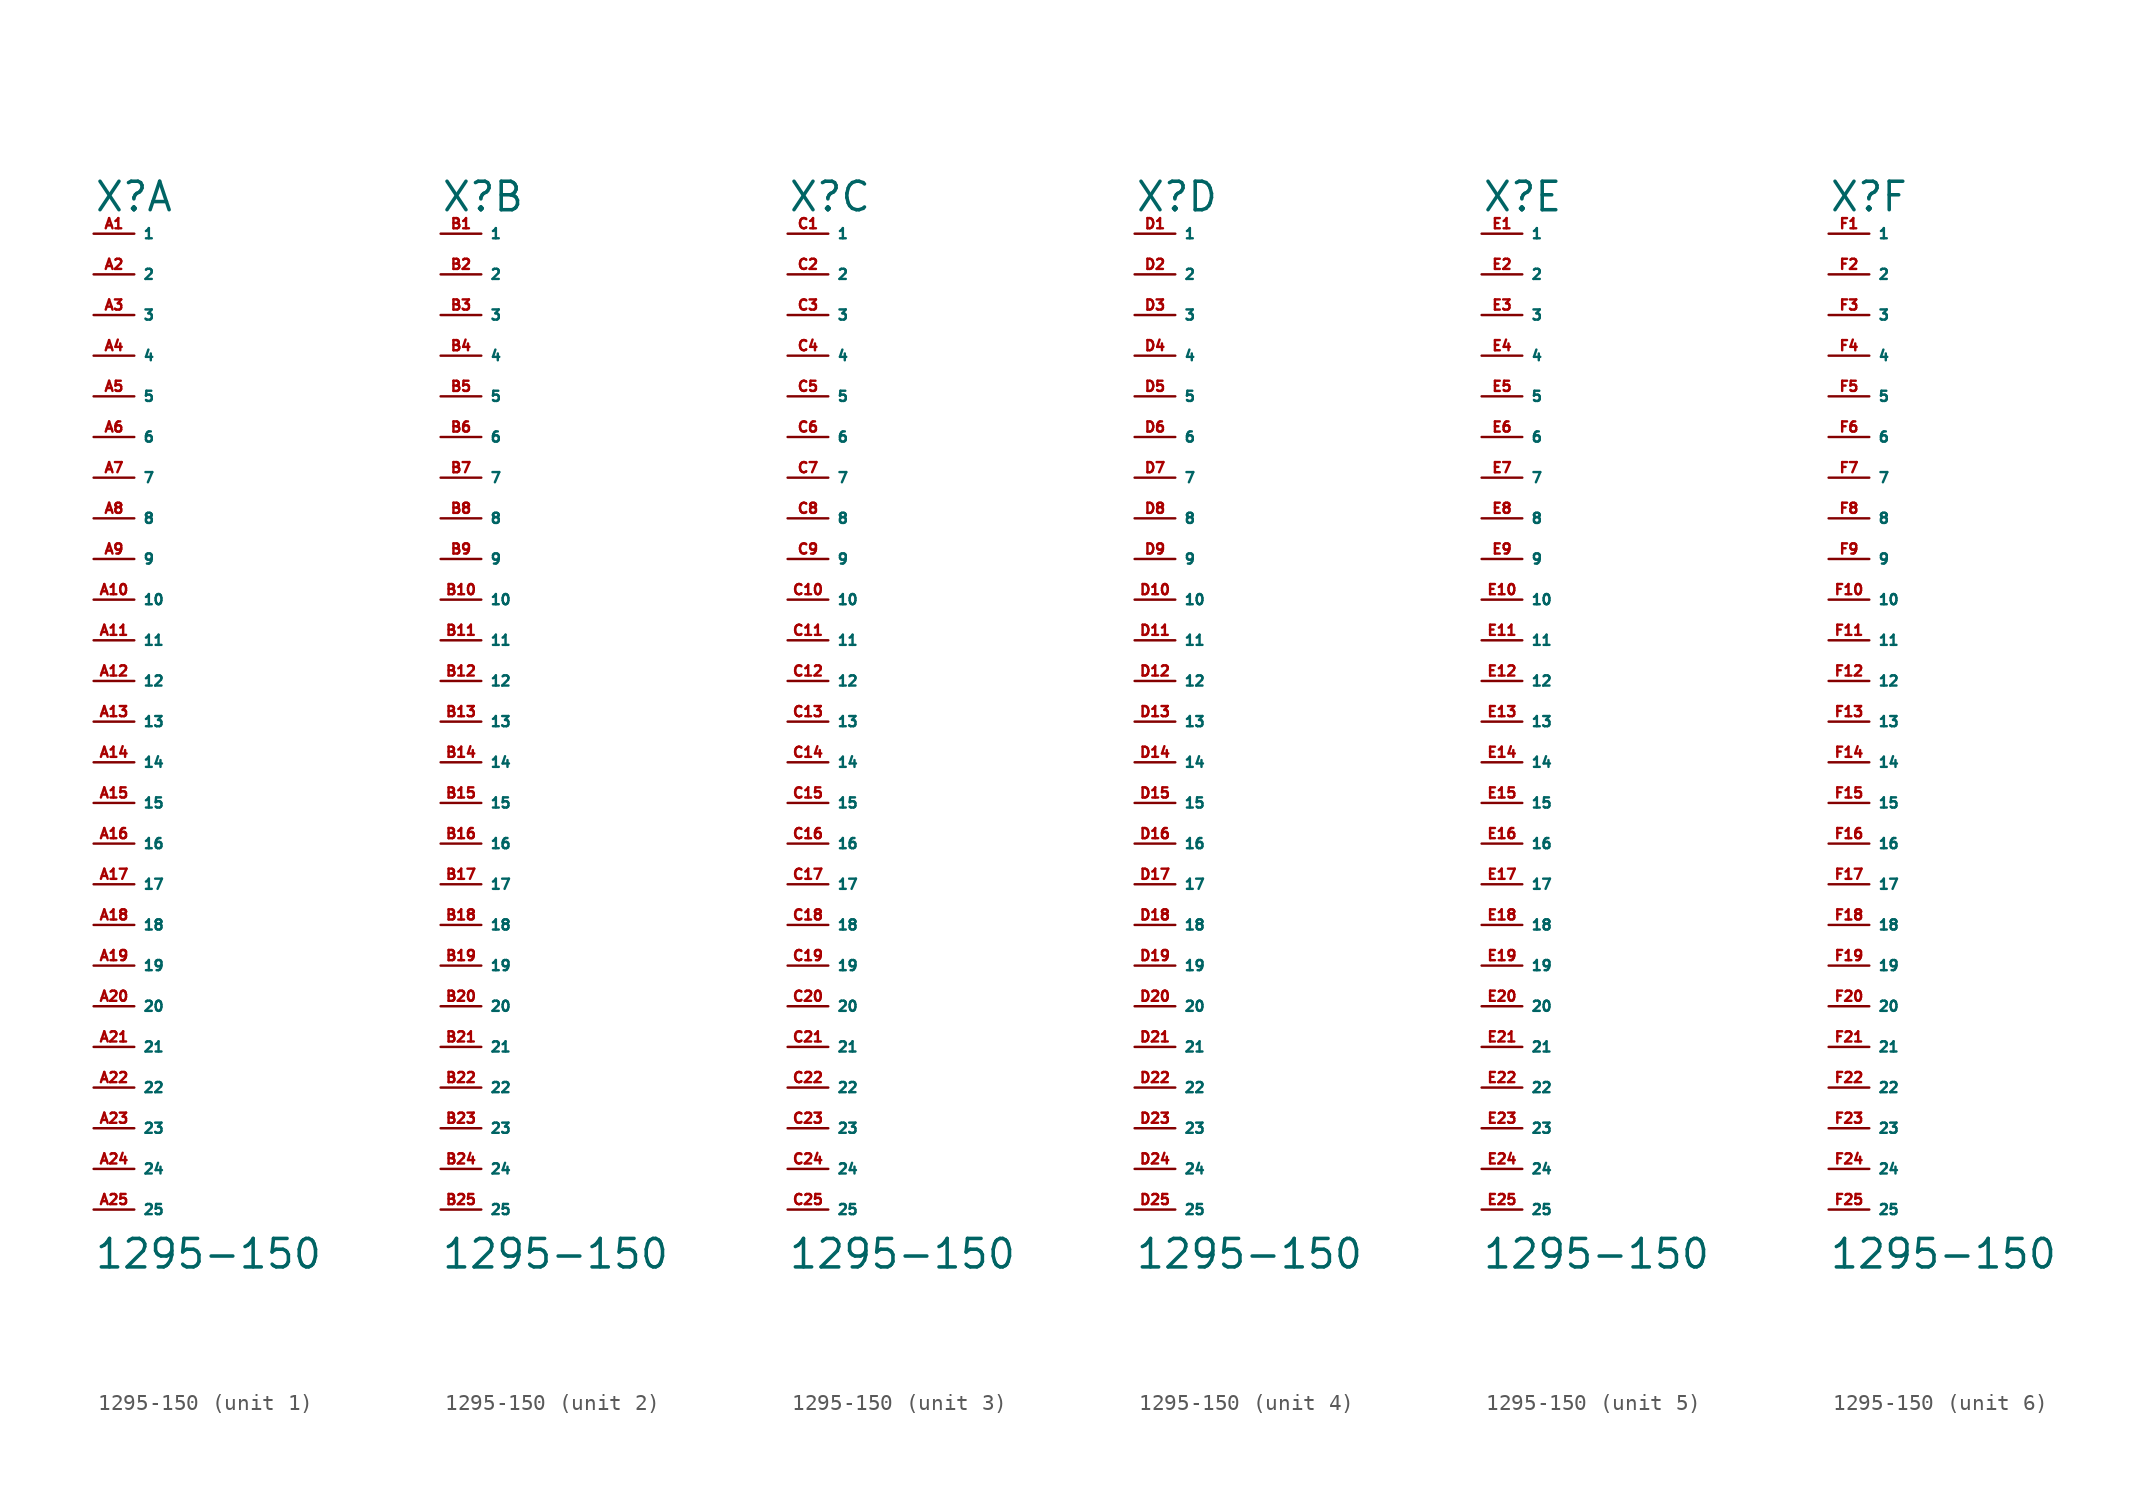
<source format=kicad_sym>
(kicad_symbol_lib
  (version 20220914)
  (generator Eagle2Kicad)
  (symbol "1295-150"
    (property "Reference" "X"
      (at -2.54 29.21 0)
      (effects (font (size 1.778 1.778) (thickness 0.22)) (justify left bottom)))
    (property "Value" "1295-150"
      (at -2.54 -36.83 0)
      (effects (font (size 1.778 1.778) (thickness 0.22)) (justify left bottom)))
    (symbol "1295-150_1_0"
      (pin passive line (at -2.54 27.94 0) (length 2.54) (name "1" (effects (font (size 0.635 0.635) (thickness 0.08)) (justify left bottom))) (number "A1" (effects (font (size 0.635 0.635) (thickness 0.08)) (justify left bottom))))
      (pin passive line (at -2.54 25.4 0) (length 2.54) (name "2" (effects (font (size 0.635 0.635) (thickness 0.08)) (justify left bottom))) (number "A2" (effects (font (size 0.635 0.635) (thickness 0.08)) (justify left bottom))))
      (pin passive line (at -2.54 22.86 0) (length 2.54) (name "3" (effects (font (size 0.635 0.635) (thickness 0.08)) (justify left bottom))) (number "A3" (effects (font (size 0.635 0.635) (thickness 0.08)) (justify left bottom))))
      (pin passive line (at -2.54 20.32 0) (length 2.54) (name "4" (effects (font (size 0.635 0.635) (thickness 0.08)) (justify left bottom))) (number "A4" (effects (font (size 0.635 0.635) (thickness 0.08)) (justify left bottom))))
      (pin passive line (at -2.54 17.78 0) (length 2.54) (name "5" (effects (font (size 0.635 0.635) (thickness 0.08)) (justify left bottom))) (number "A5" (effects (font (size 0.635 0.635) (thickness 0.08)) (justify left bottom))))
      (pin passive line (at -2.54 15.24 0) (length 2.54) (name "6" (effects (font (size 0.635 0.635) (thickness 0.08)) (justify left bottom))) (number "A6" (effects (font (size 0.635 0.635) (thickness 0.08)) (justify left bottom))))
      (pin passive line (at -2.54 12.7 0) (length 2.54) (name "7" (effects (font (size 0.635 0.635) (thickness 0.08)) (justify left bottom))) (number "A7" (effects (font (size 0.635 0.635) (thickness 0.08)) (justify left bottom))))
      (pin passive line (at -2.54 10.16 0) (length 2.54) (name "8" (effects (font (size 0.635 0.635) (thickness 0.08)) (justify left bottom))) (number "A8" (effects (font (size 0.635 0.635) (thickness 0.08)) (justify left bottom))))
      (pin passive line (at -2.54 7.62 0) (length 2.54) (name "9" (effects (font (size 0.635 0.635) (thickness 0.08)) (justify left bottom))) (number "A9" (effects (font (size 0.635 0.635) (thickness 0.08)) (justify left bottom))))
      (pin passive line (at -2.54 5.08 0) (length 2.54) (name "10" (effects (font (size 0.635 0.635) (thickness 0.08)) (justify left bottom))) (number "A10" (effects (font (size 0.635 0.635) (thickness 0.08)) (justify left bottom))))
      (pin passive line (at -2.54 2.54 0) (length 2.54) (name "11" (effects (font (size 0.635 0.635) (thickness 0.08)) (justify left bottom))) (number "A11" (effects (font (size 0.635 0.635) (thickness 0.08)) (justify left bottom))))
      (pin passive line (at -2.54 0 0) (length 2.54) (name "12" (effects (font (size 0.635 0.635) (thickness 0.08)) (justify left bottom))) (number "A12" (effects (font (size 0.635 0.635) (thickness 0.08)) (justify left bottom))))
      (pin passive line (at -2.54 -2.54 0) (length 2.54) (name "13" (effects (font (size 0.635 0.635) (thickness 0.08)) (justify left bottom))) (number "A13" (effects (font (size 0.635 0.635) (thickness 0.08)) (justify left bottom))))
      (pin passive line (at -2.54 -5.08 0) (length 2.54) (name "14" (effects (font (size 0.635 0.635) (thickness 0.08)) (justify left bottom))) (number "A14" (effects (font (size 0.635 0.635) (thickness 0.08)) (justify left bottom))))
      (pin passive line (at -2.54 -7.62 0) (length 2.54) (name "15" (effects (font (size 0.635 0.635) (thickness 0.08)) (justify left bottom))) (number "A15" (effects (font (size 0.635 0.635) (thickness 0.08)) (justify left bottom))))
      (pin passive line (at -2.54 -10.16 0) (length 2.54) (name "16" (effects (font (size 0.635 0.635) (thickness 0.08)) (justify left bottom))) (number "A16" (effects (font (size 0.635 0.635) (thickness 0.08)) (justify left bottom))))
      (pin passive line (at -2.54 -12.7 0) (length 2.54) (name "17" (effects (font (size 0.635 0.635) (thickness 0.08)) (justify left bottom))) (number "A17" (effects (font (size 0.635 0.635) (thickness 0.08)) (justify left bottom))))
      (pin passive line (at -2.54 -15.24 0) (length 2.54) (name "18" (effects (font (size 0.635 0.635) (thickness 0.08)) (justify left bottom))) (number "A18" (effects (font (size 0.635 0.635) (thickness 0.08)) (justify left bottom))))
      (pin passive line (at -2.54 -17.78 0) (length 2.54) (name "19" (effects (font (size 0.635 0.635) (thickness 0.08)) (justify left bottom))) (number "A19" (effects (font (size 0.635 0.635) (thickness 0.08)) (justify left bottom))))
      (pin passive line (at -2.54 -20.32 0) (length 2.54) (name "20" (effects (font (size 0.635 0.635) (thickness 0.08)) (justify left bottom))) (number "A20" (effects (font (size 0.635 0.635) (thickness 0.08)) (justify left bottom))))
      (pin passive line (at -2.54 -22.86 0) (length 2.54) (name "21" (effects (font (size 0.635 0.635) (thickness 0.08)) (justify left bottom))) (number "A21" (effects (font (size 0.635 0.635) (thickness 0.08)) (justify left bottom))))
      (pin passive line (at -2.54 -25.4 0) (length 2.54) (name "22" (effects (font (size 0.635 0.635) (thickness 0.08)) (justify left bottom))) (number "A22" (effects (font (size 0.635 0.635) (thickness 0.08)) (justify left bottom))))
      (pin passive line (at -2.54 -27.94 0) (length 2.54) (name "23" (effects (font (size 0.635 0.635) (thickness 0.08)) (justify left bottom))) (number "A23" (effects (font (size 0.635 0.635) (thickness 0.08)) (justify left bottom))))
      (pin passive line (at -2.54 -30.48 0) (length 2.54) (name "24" (effects (font (size 0.635 0.635) (thickness 0.08)) (justify left bottom))) (number "A24" (effects (font (size 0.635 0.635) (thickness 0.08)) (justify left bottom))))
      (pin passive line (at -2.54 -33.02 0) (length 2.54) (name "25" (effects (font (size 0.635 0.635) (thickness 0.08)) (justify left bottom))) (number "A25" (effects (font (size 0.635 0.635) (thickness 0.08)) (justify left bottom)))))
    (symbol "1295-150_2_0"
      (pin passive line (at -2.54 27.94 0) (length 2.54) (name "1" (effects (font (size 0.635 0.635) (thickness 0.08)) (justify left bottom))) (number "B1" (effects (font (size 0.635 0.635) (thickness 0.08)) (justify left bottom))))
      (pin passive line (at -2.54 25.4 0) (length 2.54) (name "2" (effects (font (size 0.635 0.635) (thickness 0.08)) (justify left bottom))) (number "B2" (effects (font (size 0.635 0.635) (thickness 0.08)) (justify left bottom))))
      (pin passive line (at -2.54 22.86 0) (length 2.54) (name "3" (effects (font (size 0.635 0.635) (thickness 0.08)) (justify left bottom))) (number "B3" (effects (font (size 0.635 0.635) (thickness 0.08)) (justify left bottom))))
      (pin passive line (at -2.54 20.32 0) (length 2.54) (name "4" (effects (font (size 0.635 0.635) (thickness 0.08)) (justify left bottom))) (number "B4" (effects (font (size 0.635 0.635) (thickness 0.08)) (justify left bottom))))
      (pin passive line (at -2.54 17.78 0) (length 2.54) (name "5" (effects (font (size 0.635 0.635) (thickness 0.08)) (justify left bottom))) (number "B5" (effects (font (size 0.635 0.635) (thickness 0.08)) (justify left bottom))))
      (pin passive line (at -2.54 15.24 0) (length 2.54) (name "6" (effects (font (size 0.635 0.635) (thickness 0.08)) (justify left bottom))) (number "B6" (effects (font (size 0.635 0.635) (thickness 0.08)) (justify left bottom))))
      (pin passive line (at -2.54 12.7 0) (length 2.54) (name "7" (effects (font (size 0.635 0.635) (thickness 0.08)) (justify left bottom))) (number "B7" (effects (font (size 0.635 0.635) (thickness 0.08)) (justify left bottom))))
      (pin passive line (at -2.54 10.16 0) (length 2.54) (name "8" (effects (font (size 0.635 0.635) (thickness 0.08)) (justify left bottom))) (number "B8" (effects (font (size 0.635 0.635) (thickness 0.08)) (justify left bottom))))
      (pin passive line (at -2.54 7.62 0) (length 2.54) (name "9" (effects (font (size 0.635 0.635) (thickness 0.08)) (justify left bottom))) (number "B9" (effects (font (size 0.635 0.635) (thickness 0.08)) (justify left bottom))))
      (pin passive line (at -2.54 5.08 0) (length 2.54) (name "10" (effects (font (size 0.635 0.635) (thickness 0.08)) (justify left bottom))) (number "B10" (effects (font (size 0.635 0.635) (thickness 0.08)) (justify left bottom))))
      (pin passive line (at -2.54 2.54 0) (length 2.54) (name "11" (effects (font (size 0.635 0.635) (thickness 0.08)) (justify left bottom))) (number "B11" (effects (font (size 0.635 0.635) (thickness 0.08)) (justify left bottom))))
      (pin passive line (at -2.54 0 0) (length 2.54) (name "12" (effects (font (size 0.635 0.635) (thickness 0.08)) (justify left bottom))) (number "B12" (effects (font (size 0.635 0.635) (thickness 0.08)) (justify left bottom))))
      (pin passive line (at -2.54 -2.54 0) (length 2.54) (name "13" (effects (font (size 0.635 0.635) (thickness 0.08)) (justify left bottom))) (number "B13" (effects (font (size 0.635 0.635) (thickness 0.08)) (justify left bottom))))
      (pin passive line (at -2.54 -5.08 0) (length 2.54) (name "14" (effects (font (size 0.635 0.635) (thickness 0.08)) (justify left bottom))) (number "B14" (effects (font (size 0.635 0.635) (thickness 0.08)) (justify left bottom))))
      (pin passive line (at -2.54 -7.62 0) (length 2.54) (name "15" (effects (font (size 0.635 0.635) (thickness 0.08)) (justify left bottom))) (number "B15" (effects (font (size 0.635 0.635) (thickness 0.08)) (justify left bottom))))
      (pin passive line (at -2.54 -10.16 0) (length 2.54) (name "16" (effects (font (size 0.635 0.635) (thickness 0.08)) (justify left bottom))) (number "B16" (effects (font (size 0.635 0.635) (thickness 0.08)) (justify left bottom))))
      (pin passive line (at -2.54 -12.7 0) (length 2.54) (name "17" (effects (font (size 0.635 0.635) (thickness 0.08)) (justify left bottom))) (number "B17" (effects (font (size 0.635 0.635) (thickness 0.08)) (justify left bottom))))
      (pin passive line (at -2.54 -15.24 0) (length 2.54) (name "18" (effects (font (size 0.635 0.635) (thickness 0.08)) (justify left bottom))) (number "B18" (effects (font (size 0.635 0.635) (thickness 0.08)) (justify left bottom))))
      (pin passive line (at -2.54 -17.78 0) (length 2.54) (name "19" (effects (font (size 0.635 0.635) (thickness 0.08)) (justify left bottom))) (number "B19" (effects (font (size 0.635 0.635) (thickness 0.08)) (justify left bottom))))
      (pin passive line (at -2.54 -20.32 0) (length 2.54) (name "20" (effects (font (size 0.635 0.635) (thickness 0.08)) (justify left bottom))) (number "B20" (effects (font (size 0.635 0.635) (thickness 0.08)) (justify left bottom))))
      (pin passive line (at -2.54 -22.86 0) (length 2.54) (name "21" (effects (font (size 0.635 0.635) (thickness 0.08)) (justify left bottom))) (number "B21" (effects (font (size 0.635 0.635) (thickness 0.08)) (justify left bottom))))
      (pin passive line (at -2.54 -25.4 0) (length 2.54) (name "22" (effects (font (size 0.635 0.635) (thickness 0.08)) (justify left bottom))) (number "B22" (effects (font (size 0.635 0.635) (thickness 0.08)) (justify left bottom))))
      (pin passive line (at -2.54 -27.94 0) (length 2.54) (name "23" (effects (font (size 0.635 0.635) (thickness 0.08)) (justify left bottom))) (number "B23" (effects (font (size 0.635 0.635) (thickness 0.08)) (justify left bottom))))
      (pin passive line (at -2.54 -30.48 0) (length 2.54) (name "24" (effects (font (size 0.635 0.635) (thickness 0.08)) (justify left bottom))) (number "B24" (effects (font (size 0.635 0.635) (thickness 0.08)) (justify left bottom))))
      (pin passive line (at -2.54 -33.02 0) (length 2.54) (name "25" (effects (font (size 0.635 0.635) (thickness 0.08)) (justify left bottom))) (number "B25" (effects (font (size 0.635 0.635) (thickness 0.08)) (justify left bottom)))))
    (symbol "1295-150_3_0"
      (pin passive line (at -2.54 27.94 0) (length 2.54) (name "1" (effects (font (size 0.635 0.635) (thickness 0.08)) (justify left bottom))) (number "C1" (effects (font (size 0.635 0.635) (thickness 0.08)) (justify left bottom))))
      (pin passive line (at -2.54 25.4 0) (length 2.54) (name "2" (effects (font (size 0.635 0.635) (thickness 0.08)) (justify left bottom))) (number "C2" (effects (font (size 0.635 0.635) (thickness 0.08)) (justify left bottom))))
      (pin passive line (at -2.54 22.86 0) (length 2.54) (name "3" (effects (font (size 0.635 0.635) (thickness 0.08)) (justify left bottom))) (number "C3" (effects (font (size 0.635 0.635) (thickness 0.08)) (justify left bottom))))
      (pin passive line (at -2.54 20.32 0) (length 2.54) (name "4" (effects (font (size 0.635 0.635) (thickness 0.08)) (justify left bottom))) (number "C4" (effects (font (size 0.635 0.635) (thickness 0.08)) (justify left bottom))))
      (pin passive line (at -2.54 17.78 0) (length 2.54) (name "5" (effects (font (size 0.635 0.635) (thickness 0.08)) (justify left bottom))) (number "C5" (effects (font (size 0.635 0.635) (thickness 0.08)) (justify left bottom))))
      (pin passive line (at -2.54 15.24 0) (length 2.54) (name "6" (effects (font (size 0.635 0.635) (thickness 0.08)) (justify left bottom))) (number "C6" (effects (font (size 0.635 0.635) (thickness 0.08)) (justify left bottom))))
      (pin passive line (at -2.54 12.7 0) (length 2.54) (name "7" (effects (font (size 0.635 0.635) (thickness 0.08)) (justify left bottom))) (number "C7" (effects (font (size 0.635 0.635) (thickness 0.08)) (justify left bottom))))
      (pin passive line (at -2.54 10.16 0) (length 2.54) (name "8" (effects (font (size 0.635 0.635) (thickness 0.08)) (justify left bottom))) (number "C8" (effects (font (size 0.635 0.635) (thickness 0.08)) (justify left bottom))))
      (pin passive line (at -2.54 7.62 0) (length 2.54) (name "9" (effects (font (size 0.635 0.635) (thickness 0.08)) (justify left bottom))) (number "C9" (effects (font (size 0.635 0.635) (thickness 0.08)) (justify left bottom))))
      (pin passive line (at -2.54 5.08 0) (length 2.54) (name "10" (effects (font (size 0.635 0.635) (thickness 0.08)) (justify left bottom))) (number "C10" (effects (font (size 0.635 0.635) (thickness 0.08)) (justify left bottom))))
      (pin passive line (at -2.54 2.54 0) (length 2.54) (name "11" (effects (font (size 0.635 0.635) (thickness 0.08)) (justify left bottom))) (number "C11" (effects (font (size 0.635 0.635) (thickness 0.08)) (justify left bottom))))
      (pin passive line (at -2.54 0 0) (length 2.54) (name "12" (effects (font (size 0.635 0.635) (thickness 0.08)) (justify left bottom))) (number "C12" (effects (font (size 0.635 0.635) (thickness 0.08)) (justify left bottom))))
      (pin passive line (at -2.54 -2.54 0) (length 2.54) (name "13" (effects (font (size 0.635 0.635) (thickness 0.08)) (justify left bottom))) (number "C13" (effects (font (size 0.635 0.635) (thickness 0.08)) (justify left bottom))))
      (pin passive line (at -2.54 -5.08 0) (length 2.54) (name "14" (effects (font (size 0.635 0.635) (thickness 0.08)) (justify left bottom))) (number "C14" (effects (font (size 0.635 0.635) (thickness 0.08)) (justify left bottom))))
      (pin passive line (at -2.54 -7.62 0) (length 2.54) (name "15" (effects (font (size 0.635 0.635) (thickness 0.08)) (justify left bottom))) (number "C15" (effects (font (size 0.635 0.635) (thickness 0.08)) (justify left bottom))))
      (pin passive line (at -2.54 -10.16 0) (length 2.54) (name "16" (effects (font (size 0.635 0.635) (thickness 0.08)) (justify left bottom))) (number "C16" (effects (font (size 0.635 0.635) (thickness 0.08)) (justify left bottom))))
      (pin passive line (at -2.54 -12.7 0) (length 2.54) (name "17" (effects (font (size 0.635 0.635) (thickness 0.08)) (justify left bottom))) (number "C17" (effects (font (size 0.635 0.635) (thickness 0.08)) (justify left bottom))))
      (pin passive line (at -2.54 -15.24 0) (length 2.54) (name "18" (effects (font (size 0.635 0.635) (thickness 0.08)) (justify left bottom))) (number "C18" (effects (font (size 0.635 0.635) (thickness 0.08)) (justify left bottom))))
      (pin passive line (at -2.54 -17.78 0) (length 2.54) (name "19" (effects (font (size 0.635 0.635) (thickness 0.08)) (justify left bottom))) (number "C19" (effects (font (size 0.635 0.635) (thickness 0.08)) (justify left bottom))))
      (pin passive line (at -2.54 -20.32 0) (length 2.54) (name "20" (effects (font (size 0.635 0.635) (thickness 0.08)) (justify left bottom))) (number "C20" (effects (font (size 0.635 0.635) (thickness 0.08)) (justify left bottom))))
      (pin passive line (at -2.54 -22.86 0) (length 2.54) (name "21" (effects (font (size 0.635 0.635) (thickness 0.08)) (justify left bottom))) (number "C21" (effects (font (size 0.635 0.635) (thickness 0.08)) (justify left bottom))))
      (pin passive line (at -2.54 -25.4 0) (length 2.54) (name "22" (effects (font (size 0.635 0.635) (thickness 0.08)) (justify left bottom))) (number "C22" (effects (font (size 0.635 0.635) (thickness 0.08)) (justify left bottom))))
      (pin passive line (at -2.54 -27.94 0) (length 2.54) (name "23" (effects (font (size 0.635 0.635) (thickness 0.08)) (justify left bottom))) (number "C23" (effects (font (size 0.635 0.635) (thickness 0.08)) (justify left bottom))))
      (pin passive line (at -2.54 -30.48 0) (length 2.54) (name "24" (effects (font (size 0.635 0.635) (thickness 0.08)) (justify left bottom))) (number "C24" (effects (font (size 0.635 0.635) (thickness 0.08)) (justify left bottom))))
      (pin passive line (at -2.54 -33.02 0) (length 2.54) (name "25" (effects (font (size 0.635 0.635) (thickness 0.08)) (justify left bottom))) (number "C25" (effects (font (size 0.635 0.635) (thickness 0.08)) (justify left bottom)))))
    (symbol "1295-150_4_0"
      (pin passive line (at -2.54 27.94 0) (length 2.54) (name "1" (effects (font (size 0.635 0.635) (thickness 0.08)) (justify left bottom))) (number "D1" (effects (font (size 0.635 0.635) (thickness 0.08)) (justify left bottom))))
      (pin passive line (at -2.54 25.4 0) (length 2.54) (name "2" (effects (font (size 0.635 0.635) (thickness 0.08)) (justify left bottom))) (number "D2" (effects (font (size 0.635 0.635) (thickness 0.08)) (justify left bottom))))
      (pin passive line (at -2.54 22.86 0) (length 2.54) (name "3" (effects (font (size 0.635 0.635) (thickness 0.08)) (justify left bottom))) (number "D3" (effects (font (size 0.635 0.635) (thickness 0.08)) (justify left bottom))))
      (pin passive line (at -2.54 20.32 0) (length 2.54) (name "4" (effects (font (size 0.635 0.635) (thickness 0.08)) (justify left bottom))) (number "D4" (effects (font (size 0.635 0.635) (thickness 0.08)) (justify left bottom))))
      (pin passive line (at -2.54 17.78 0) (length 2.54) (name "5" (effects (font (size 0.635 0.635) (thickness 0.08)) (justify left bottom))) (number "D5" (effects (font (size 0.635 0.635) (thickness 0.08)) (justify left bottom))))
      (pin passive line (at -2.54 15.24 0) (length 2.54) (name "6" (effects (font (size 0.635 0.635) (thickness 0.08)) (justify left bottom))) (number "D6" (effects (font (size 0.635 0.635) (thickness 0.08)) (justify left bottom))))
      (pin passive line (at -2.54 12.7 0) (length 2.54) (name "7" (effects (font (size 0.635 0.635) (thickness 0.08)) (justify left bottom))) (number "D7" (effects (font (size 0.635 0.635) (thickness 0.08)) (justify left bottom))))
      (pin passive line (at -2.54 10.16 0) (length 2.54) (name "8" (effects (font (size 0.635 0.635) (thickness 0.08)) (justify left bottom))) (number "D8" (effects (font (size 0.635 0.635) (thickness 0.08)) (justify left bottom))))
      (pin passive line (at -2.54 7.62 0) (length 2.54) (name "9" (effects (font (size 0.635 0.635) (thickness 0.08)) (justify left bottom))) (number "D9" (effects (font (size 0.635 0.635) (thickness 0.08)) (justify left bottom))))
      (pin passive line (at -2.54 5.08 0) (length 2.54) (name "10" (effects (font (size 0.635 0.635) (thickness 0.08)) (justify left bottom))) (number "D10" (effects (font (size 0.635 0.635) (thickness 0.08)) (justify left bottom))))
      (pin passive line (at -2.54 2.54 0) (length 2.54) (name "11" (effects (font (size 0.635 0.635) (thickness 0.08)) (justify left bottom))) (number "D11" (effects (font (size 0.635 0.635) (thickness 0.08)) (justify left bottom))))
      (pin passive line (at -2.54 0 0) (length 2.54) (name "12" (effects (font (size 0.635 0.635) (thickness 0.08)) (justify left bottom))) (number "D12" (effects (font (size 0.635 0.635) (thickness 0.08)) (justify left bottom))))
      (pin passive line (at -2.54 -2.54 0) (length 2.54) (name "13" (effects (font (size 0.635 0.635) (thickness 0.08)) (justify left bottom))) (number "D13" (effects (font (size 0.635 0.635) (thickness 0.08)) (justify left bottom))))
      (pin passive line (at -2.54 -5.08 0) (length 2.54) (name "14" (effects (font (size 0.635 0.635) (thickness 0.08)) (justify left bottom))) (number "D14" (effects (font (size 0.635 0.635) (thickness 0.08)) (justify left bottom))))
      (pin passive line (at -2.54 -7.62 0) (length 2.54) (name "15" (effects (font (size 0.635 0.635) (thickness 0.08)) (justify left bottom))) (number "D15" (effects (font (size 0.635 0.635) (thickness 0.08)) (justify left bottom))))
      (pin passive line (at -2.54 -10.16 0) (length 2.54) (name "16" (effects (font (size 0.635 0.635) (thickness 0.08)) (justify left bottom))) (number "D16" (effects (font (size 0.635 0.635) (thickness 0.08)) (justify left bottom))))
      (pin passive line (at -2.54 -12.7 0) (length 2.54) (name "17" (effects (font (size 0.635 0.635) (thickness 0.08)) (justify left bottom))) (number "D17" (effects (font (size 0.635 0.635) (thickness 0.08)) (justify left bottom))))
      (pin passive line (at -2.54 -15.24 0) (length 2.54) (name "18" (effects (font (size 0.635 0.635) (thickness 0.08)) (justify left bottom))) (number "D18" (effects (font (size 0.635 0.635) (thickness 0.08)) (justify left bottom))))
      (pin passive line (at -2.54 -17.78 0) (length 2.54) (name "19" (effects (font (size 0.635 0.635) (thickness 0.08)) (justify left bottom))) (number "D19" (effects (font (size 0.635 0.635) (thickness 0.08)) (justify left bottom))))
      (pin passive line (at -2.54 -20.32 0) (length 2.54) (name "20" (effects (font (size 0.635 0.635) (thickness 0.08)) (justify left bottom))) (number "D20" (effects (font (size 0.635 0.635) (thickness 0.08)) (justify left bottom))))
      (pin passive line (at -2.54 -22.86 0) (length 2.54) (name "21" (effects (font (size 0.635 0.635) (thickness 0.08)) (justify left bottom))) (number "D21" (effects (font (size 0.635 0.635) (thickness 0.08)) (justify left bottom))))
      (pin passive line (at -2.54 -25.4 0) (length 2.54) (name "22" (effects (font (size 0.635 0.635) (thickness 0.08)) (justify left bottom))) (number "D22" (effects (font (size 0.635 0.635) (thickness 0.08)) (justify left bottom))))
      (pin passive line (at -2.54 -27.94 0) (length 2.54) (name "23" (effects (font (size 0.635 0.635) (thickness 0.08)) (justify left bottom))) (number "D23" (effects (font (size 0.635 0.635) (thickness 0.08)) (justify left bottom))))
      (pin passive line (at -2.54 -30.48 0) (length 2.54) (name "24" (effects (font (size 0.635 0.635) (thickness 0.08)) (justify left bottom))) (number "D24" (effects (font (size 0.635 0.635) (thickness 0.08)) (justify left bottom))))
      (pin passive line (at -2.54 -33.02 0) (length 2.54) (name "25" (effects (font (size 0.635 0.635) (thickness 0.08)) (justify left bottom))) (number "D25" (effects (font (size 0.635 0.635) (thickness 0.08)) (justify left bottom)))))
    (symbol "1295-150_5_0"
      (pin passive line (at -2.54 27.94 0) (length 2.54) (name "1" (effects (font (size 0.635 0.635) (thickness 0.08)) (justify left bottom))) (number "E1" (effects (font (size 0.635 0.635) (thickness 0.08)) (justify left bottom))))
      (pin passive line (at -2.54 25.4 0) (length 2.54) (name "2" (effects (font (size 0.635 0.635) (thickness 0.08)) (justify left bottom))) (number "E2" (effects (font (size 0.635 0.635) (thickness 0.08)) (justify left bottom))))
      (pin passive line (at -2.54 22.86 0) (length 2.54) (name "3" (effects (font (size 0.635 0.635) (thickness 0.08)) (justify left bottom))) (number "E3" (effects (font (size 0.635 0.635) (thickness 0.08)) (justify left bottom))))
      (pin passive line (at -2.54 20.32 0) (length 2.54) (name "4" (effects (font (size 0.635 0.635) (thickness 0.08)) (justify left bottom))) (number "E4" (effects (font (size 0.635 0.635) (thickness 0.08)) (justify left bottom))))
      (pin passive line (at -2.54 17.78 0) (length 2.54) (name "5" (effects (font (size 0.635 0.635) (thickness 0.08)) (justify left bottom))) (number "E5" (effects (font (size 0.635 0.635) (thickness 0.08)) (justify left bottom))))
      (pin passive line (at -2.54 15.24 0) (length 2.54) (name "6" (effects (font (size 0.635 0.635) (thickness 0.08)) (justify left bottom))) (number "E6" (effects (font (size 0.635 0.635) (thickness 0.08)) (justify left bottom))))
      (pin passive line (at -2.54 12.7 0) (length 2.54) (name "7" (effects (font (size 0.635 0.635) (thickness 0.08)) (justify left bottom))) (number "E7" (effects (font (size 0.635 0.635) (thickness 0.08)) (justify left bottom))))
      (pin passive line (at -2.54 10.16 0) (length 2.54) (name "8" (effects (font (size 0.635 0.635) (thickness 0.08)) (justify left bottom))) (number "E8" (effects (font (size 0.635 0.635) (thickness 0.08)) (justify left bottom))))
      (pin passive line (at -2.54 7.62 0) (length 2.54) (name "9" (effects (font (size 0.635 0.635) (thickness 0.08)) (justify left bottom))) (number "E9" (effects (font (size 0.635 0.635) (thickness 0.08)) (justify left bottom))))
      (pin passive line (at -2.54 5.08 0) (length 2.54) (name "10" (effects (font (size 0.635 0.635) (thickness 0.08)) (justify left bottom))) (number "E10" (effects (font (size 0.635 0.635) (thickness 0.08)) (justify left bottom))))
      (pin passive line (at -2.54 2.54 0) (length 2.54) (name "11" (effects (font (size 0.635 0.635) (thickness 0.08)) (justify left bottom))) (number "E11" (effects (font (size 0.635 0.635) (thickness 0.08)) (justify left bottom))))
      (pin passive line (at -2.54 0 0) (length 2.54) (name "12" (effects (font (size 0.635 0.635) (thickness 0.08)) (justify left bottom))) (number "E12" (effects (font (size 0.635 0.635) (thickness 0.08)) (justify left bottom))))
      (pin passive line (at -2.54 -2.54 0) (length 2.54) (name "13" (effects (font (size 0.635 0.635) (thickness 0.08)) (justify left bottom))) (number "E13" (effects (font (size 0.635 0.635) (thickness 0.08)) (justify left bottom))))
      (pin passive line (at -2.54 -5.08 0) (length 2.54) (name "14" (effects (font (size 0.635 0.635) (thickness 0.08)) (justify left bottom))) (number "E14" (effects (font (size 0.635 0.635) (thickness 0.08)) (justify left bottom))))
      (pin passive line (at -2.54 -7.62 0) (length 2.54) (name "15" (effects (font (size 0.635 0.635) (thickness 0.08)) (justify left bottom))) (number "E15" (effects (font (size 0.635 0.635) (thickness 0.08)) (justify left bottom))))
      (pin passive line (at -2.54 -10.16 0) (length 2.54) (name "16" (effects (font (size 0.635 0.635) (thickness 0.08)) (justify left bottom))) (number "E16" (effects (font (size 0.635 0.635) (thickness 0.08)) (justify left bottom))))
      (pin passive line (at -2.54 -12.7 0) (length 2.54) (name "17" (effects (font (size 0.635 0.635) (thickness 0.08)) (justify left bottom))) (number "E17" (effects (font (size 0.635 0.635) (thickness 0.08)) (justify left bottom))))
      (pin passive line (at -2.54 -15.24 0) (length 2.54) (name "18" (effects (font (size 0.635 0.635) (thickness 0.08)) (justify left bottom))) (number "E18" (effects (font (size 0.635 0.635) (thickness 0.08)) (justify left bottom))))
      (pin passive line (at -2.54 -17.78 0) (length 2.54) (name "19" (effects (font (size 0.635 0.635) (thickness 0.08)) (justify left bottom))) (number "E19" (effects (font (size 0.635 0.635) (thickness 0.08)) (justify left bottom))))
      (pin passive line (at -2.54 -20.32 0) (length 2.54) (name "20" (effects (font (size 0.635 0.635) (thickness 0.08)) (justify left bottom))) (number "E20" (effects (font (size 0.635 0.635) (thickness 0.08)) (justify left bottom))))
      (pin passive line (at -2.54 -22.86 0) (length 2.54) (name "21" (effects (font (size 0.635 0.635) (thickness 0.08)) (justify left bottom))) (number "E21" (effects (font (size 0.635 0.635) (thickness 0.08)) (justify left bottom))))
      (pin passive line (at -2.54 -25.4 0) (length 2.54) (name "22" (effects (font (size 0.635 0.635) (thickness 0.08)) (justify left bottom))) (number "E22" (effects (font (size 0.635 0.635) (thickness 0.08)) (justify left bottom))))
      (pin passive line (at -2.54 -27.94 0) (length 2.54) (name "23" (effects (font (size 0.635 0.635) (thickness 0.08)) (justify left bottom))) (number "E23" (effects (font (size 0.635 0.635) (thickness 0.08)) (justify left bottom))))
      (pin passive line (at -2.54 -30.48 0) (length 2.54) (name "24" (effects (font (size 0.635 0.635) (thickness 0.08)) (justify left bottom))) (number "E24" (effects (font (size 0.635 0.635) (thickness 0.08)) (justify left bottom))))
      (pin passive line (at -2.54 -33.02 0) (length 2.54) (name "25" (effects (font (size 0.635 0.635) (thickness 0.08)) (justify left bottom))) (number "E25" (effects (font (size 0.635 0.635) (thickness 0.08)) (justify left bottom)))))
    (symbol "1295-150_6_0"
      (pin passive line (at -2.54 27.94 0) (length 2.54) (name "1" (effects (font (size 0.635 0.635) (thickness 0.08)) (justify left bottom))) (number "F1" (effects (font (size 0.635 0.635) (thickness 0.08)) (justify left bottom))))
      (pin passive line (at -2.54 25.4 0) (length 2.54) (name "2" (effects (font (size 0.635 0.635) (thickness 0.08)) (justify left bottom))) (number "F2" (effects (font (size 0.635 0.635) (thickness 0.08)) (justify left bottom))))
      (pin passive line (at -2.54 22.86 0) (length 2.54) (name "3" (effects (font (size 0.635 0.635) (thickness 0.08)) (justify left bottom))) (number "F3" (effects (font (size 0.635 0.635) (thickness 0.08)) (justify left bottom))))
      (pin passive line (at -2.54 20.32 0) (length 2.54) (name "4" (effects (font (size 0.635 0.635) (thickness 0.08)) (justify left bottom))) (number "F4" (effects (font (size 0.635 0.635) (thickness 0.08)) (justify left bottom))))
      (pin passive line (at -2.54 17.78 0) (length 2.54) (name "5" (effects (font (size 0.635 0.635) (thickness 0.08)) (justify left bottom))) (number "F5" (effects (font (size 0.635 0.635) (thickness 0.08)) (justify left bottom))))
      (pin passive line (at -2.54 15.24 0) (length 2.54) (name "6" (effects (font (size 0.635 0.635) (thickness 0.08)) (justify left bottom))) (number "F6" (effects (font (size 0.635 0.635) (thickness 0.08)) (justify left bottom))))
      (pin passive line (at -2.54 12.7 0) (length 2.54) (name "7" (effects (font (size 0.635 0.635) (thickness 0.08)) (justify left bottom))) (number "F7" (effects (font (size 0.635 0.635) (thickness 0.08)) (justify left bottom))))
      (pin passive line (at -2.54 10.16 0) (length 2.54) (name "8" (effects (font (size 0.635 0.635) (thickness 0.08)) (justify left bottom))) (number "F8" (effects (font (size 0.635 0.635) (thickness 0.08)) (justify left bottom))))
      (pin passive line (at -2.54 7.62 0) (length 2.54) (name "9" (effects (font (size 0.635 0.635) (thickness 0.08)) (justify left bottom))) (number "F9" (effects (font (size 0.635 0.635) (thickness 0.08)) (justify left bottom))))
      (pin passive line (at -2.54 5.08 0) (length 2.54) (name "10" (effects (font (size 0.635 0.635) (thickness 0.08)) (justify left bottom))) (number "F10" (effects (font (size 0.635 0.635) (thickness 0.08)) (justify left bottom))))
      (pin passive line (at -2.54 2.54 0) (length 2.54) (name "11" (effects (font (size 0.635 0.635) (thickness 0.08)) (justify left bottom))) (number "F11" (effects (font (size 0.635 0.635) (thickness 0.08)) (justify left bottom))))
      (pin passive line (at -2.54 0 0) (length 2.54) (name "12" (effects (font (size 0.635 0.635) (thickness 0.08)) (justify left bottom))) (number "F12" (effects (font (size 0.635 0.635) (thickness 0.08)) (justify left bottom))))
      (pin passive line (at -2.54 -2.54 0) (length 2.54) (name "13" (effects (font (size 0.635 0.635) (thickness 0.08)) (justify left bottom))) (number "F13" (effects (font (size 0.635 0.635) (thickness 0.08)) (justify left bottom))))
      (pin passive line (at -2.54 -5.08 0) (length 2.54) (name "14" (effects (font (size 0.635 0.635) (thickness 0.08)) (justify left bottom))) (number "F14" (effects (font (size 0.635 0.635) (thickness 0.08)) (justify left bottom))))
      (pin passive line (at -2.54 -7.62 0) (length 2.54) (name "15" (effects (font (size 0.635 0.635) (thickness 0.08)) (justify left bottom))) (number "F15" (effects (font (size 0.635 0.635) (thickness 0.08)) (justify left bottom))))
      (pin passive line (at -2.54 -10.16 0) (length 2.54) (name "16" (effects (font (size 0.635 0.635) (thickness 0.08)) (justify left bottom))) (number "F16" (effects (font (size 0.635 0.635) (thickness 0.08)) (justify left bottom))))
      (pin passive line (at -2.54 -12.7 0) (length 2.54) (name "17" (effects (font (size 0.635 0.635) (thickness 0.08)) (justify left bottom))) (number "F17" (effects (font (size 0.635 0.635) (thickness 0.08)) (justify left bottom))))
      (pin passive line (at -2.54 -15.24 0) (length 2.54) (name "18" (effects (font (size 0.635 0.635) (thickness 0.08)) (justify left bottom))) (number "F18" (effects (font (size 0.635 0.635) (thickness 0.08)) (justify left bottom))))
      (pin passive line (at -2.54 -17.78 0) (length 2.54) (name "19" (effects (font (size 0.635 0.635) (thickness 0.08)) (justify left bottom))) (number "F19" (effects (font (size 0.635 0.635) (thickness 0.08)) (justify left bottom))))
      (pin passive line (at -2.54 -20.32 0) (length 2.54) (name "20" (effects (font (size 0.635 0.635) (thickness 0.08)) (justify left bottom))) (number "F20" (effects (font (size 0.635 0.635) (thickness 0.08)) (justify left bottom))))
      (pin passive line (at -2.54 -22.86 0) (length 2.54) (name "21" (effects (font (size 0.635 0.635) (thickness 0.08)) (justify left bottom))) (number "F21" (effects (font (size 0.635 0.635) (thickness 0.08)) (justify left bottom))))
      (pin passive line (at -2.54 -25.4 0) (length 2.54) (name "22" (effects (font (size 0.635 0.635) (thickness 0.08)) (justify left bottom))) (number "F22" (effects (font (size 0.635 0.635) (thickness 0.08)) (justify left bottom))))
      (pin passive line (at -2.54 -27.94 0) (length 2.54) (name "23" (effects (font (size 0.635 0.635) (thickness 0.08)) (justify left bottom))) (number "F23" (effects (font (size 0.635 0.635) (thickness 0.08)) (justify left bottom))))
      (pin passive line (at -2.54 -30.48 0) (length 2.54) (name "24" (effects (font (size 0.635 0.635) (thickness 0.08)) (justify left bottom))) (number "F24" (effects (font (size 0.635 0.635) (thickness 0.08)) (justify left bottom))))
      (pin passive line (at -2.54 -33.02 0) (length 2.54) (name "25" (effects (font (size 0.635 0.635) (thickness 0.08)) (justify left bottom))) (number "F25" (effects (font (size 0.635 0.635) (thickness 0.08)) (justify left bottom)))))))
</source>
